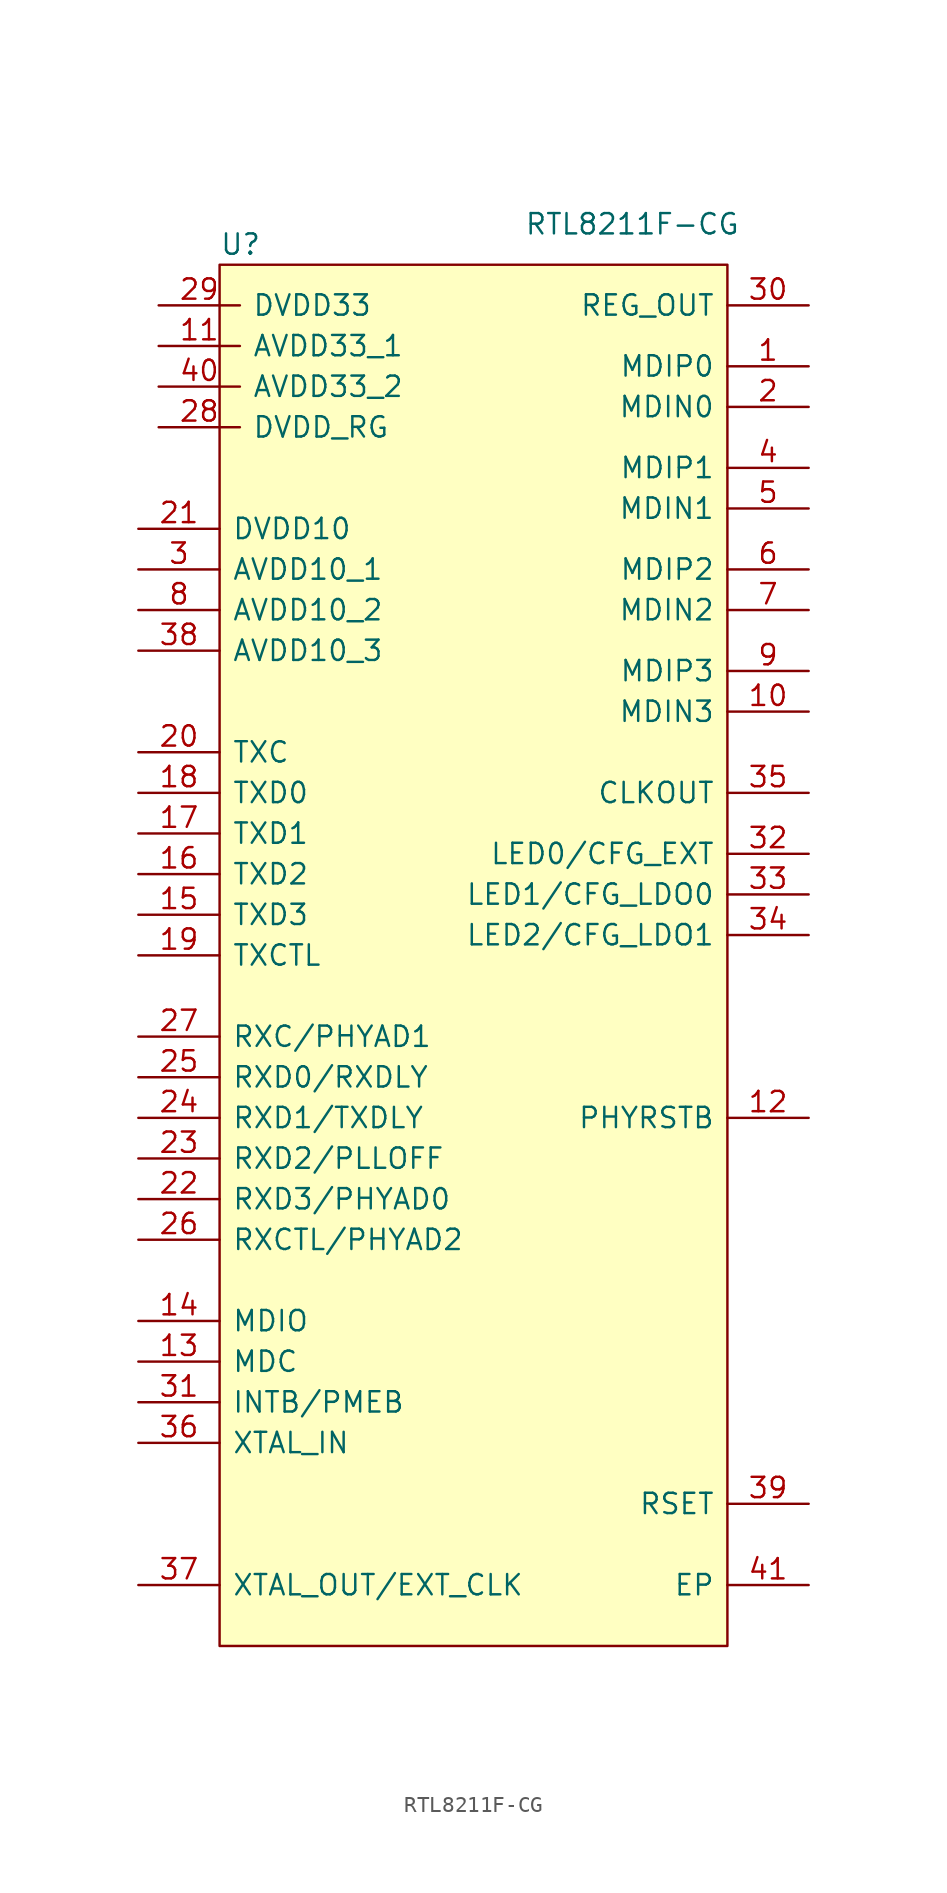
<source format=kicad_sym>
(kicad_symbol_lib
  (version 20211014)
  (generator kicad_symbol_editor)
  (symbol "RTL8211F-CG"
    (pin_names
      (offset 0.762))
    (property "Reference" "U"
      (at -17.78 52.07 0)
      (effects (font (size 1.27 1.27)) (justify left)))
    (property "Value" "RTL8211F-CG"
      (at 1.27 53.34 0)
      (effects (font (size 1.27 1.27)) (justify left)))
    (symbol "RTL8211F-CG_0_0"
      (pin passive line (at 19.05 44.45 180) (length 5.08) (name "MDIP0" (effects (font (size 1.27 1.27)))) (number "1" (effects (font (size 1.27 1.27)))))
      (pin passive line (at 19.05 22.86 180) (length 5.08) (name "MDIN3" (effects (font (size 1.27 1.27)))) (number "10" (effects (font (size 1.27 1.27)))))
      (pin passive line (at -21.59 45.72 0) (length 5.08) (name "AVDD33_1" (effects (font (size 1.27 1.27)))) (number "11" (effects (font (size 1.27 1.27)))))
      (pin passive line (at 19.05 -2.54 180) (length 5.08) (name "PHYRSTB" (effects (font (size 1.27 1.27)))) (number "12" (effects (font (size 1.27 1.27)))))
      (pin passive line (at -22.86 -17.78 0) (length 5.08) (name "MDC" (effects (font (size 1.27 1.27)))) (number "13" (effects (font (size 1.27 1.27)))))
      (pin passive line (at -22.86 -15.24 0) (length 5.08) (name "MDIO" (effects (font (size 1.27 1.27)))) (number "14" (effects (font (size 1.27 1.27)))))
      (pin passive line (at -22.86 10.16 0) (length 5.08) (name "TXD3" (effects (font (size 1.27 1.27)))) (number "15" (effects (font (size 1.27 1.27)))))
      (pin passive line (at -22.86 12.7 0) (length 5.08) (name "TXD2" (effects (font (size 1.27 1.27)))) (number "16" (effects (font (size 1.27 1.27)))))
      (pin passive line (at -22.86 15.24 0) (length 5.08) (name "TXD1" (effects (font (size 1.27 1.27)))) (number "17" (effects (font (size 1.27 1.27)))))
      (pin passive line (at -22.86 17.78 0) (length 5.08) (name "TXD0" (effects (font (size 1.27 1.27)))) (number "18" (effects (font (size 1.27 1.27)))))
      (pin passive line (at -22.86 7.62 0) (length 5.08) (name "TXCTL" (effects (font (size 1.27 1.27)))) (number "19" (effects (font (size 1.27 1.27)))))
      (pin passive line (at 19.05 41.91 180) (length 5.08) (name "MDIN0" (effects (font (size 1.27 1.27)))) (number "2" (effects (font (size 1.27 1.27)))))
      (pin passive line (at -22.86 20.32 0) (length 5.08) (name "TXC" (effects (font (size 1.27 1.27)))) (number "20" (effects (font (size 1.27 1.27)))))
      (pin passive line (at -22.86 34.29 0) (length 5.08) (name "DVDD10" (effects (font (size 1.27 1.27)))) (number "21" (effects (font (size 1.27 1.27)))))
      (pin passive line (at -22.86 -7.62 0) (length 5.08) (name "RXD3/PHYAD0" (effects (font (size 1.27 1.27)))) (number "22" (effects (font (size 1.27 1.27)))))
      (pin passive line (at -22.86 -5.08 0) (length 5.08) (name "RXD2/PLLOFF" (effects (font (size 1.27 1.27)))) (number "23" (effects (font (size 1.27 1.27)))))
      (pin passive line (at -22.86 -2.54 0) (length 5.08) (name "RXD1/TXDLY" (effects (font (size 1.27 1.27)))) (number "24" (effects (font (size 1.27 1.27)))))
      (pin passive line (at -22.86 0 0) (length 5.08) (name "RXD0/RXDLY" (effects (font (size 1.27 1.27)))) (number "25" (effects (font (size 1.27 1.27)))))
      (pin passive line (at -22.86 -10.16 0) (length 5.08) (name "RXCTL/PHYAD2" (effects (font (size 1.27 1.27)))) (number "26" (effects (font (size 1.27 1.27)))))
      (pin passive line (at -22.86 2.54 0) (length 5.08) (name "RXC/PHYAD1" (effects (font (size 1.27 1.27)))) (number "27" (effects (font (size 1.27 1.27)))))
      (pin passive line (at -21.59 40.64 0) (length 5.08) (name "DVDD_RG" (effects (font (size 1.27 1.27)))) (number "28" (effects (font (size 1.27 1.27)))))
      (pin passive line (at -21.59 48.26 0) (length 5.08) (name "DVDD33" (effects (font (size 1.27 1.27)))) (number "29" (effects (font (size 1.27 1.27)))))
      (pin passive line (at -22.86 31.75 0) (length 5.08) (name "AVDD10_1" (effects (font (size 1.27 1.27)))) (number "3" (effects (font (size 1.27 1.27)))))
      (pin passive line (at 19.05 48.26 180) (length 5.08) (name "REG_OUT" (effects (font (size 1.27 1.27)))) (number "30" (effects (font (size 1.27 1.27)))))
      (pin passive line (at -22.86 -20.32 0) (length 5.08) (name "INTB/PMEB" (effects (font (size 1.27 1.27)))) (number "31" (effects (font (size 1.27 1.27)))))
      (pin passive line (at 19.05 13.97 180) (length 5.08) (name "LED0/CFG_EXT" (effects (font (size 1.27 1.27)))) (number "32" (effects (font (size 1.27 1.27)))))
      (pin passive line (at 19.05 11.43 180) (length 5.08) (name "LED1/CFG_LDO0" (effects (font (size 1.27 1.27)))) (number "33" (effects (font (size 1.27 1.27)))))
      (pin passive line (at 19.05 8.89 180) (length 5.08) (name "LED2/CFG_LDO1" (effects (font (size 1.27 1.27)))) (number "34" (effects (font (size 1.27 1.27)))))
      (pin passive line (at 19.05 17.78 180) (length 5.08) (name "CLKOUT" (effects (font (size 1.27 1.27)))) (number "35" (effects (font (size 1.27 1.27)))))
      (pin passive line (at -22.86 -22.86 0) (length 5.08) (name "XTAL_IN" (effects (font (size 1.27 1.27)))) (number "36" (effects (font (size 1.27 1.27)))))
      (pin passive line (at -22.86 -31.75 0) (length 5.08) (name "XTAL_OUT/EXT_CLK" (effects (font (size 1.27 1.27)))) (number "37" (effects (font (size 1.27 1.27)))))
      (pin passive line (at -22.86 26.67 0) (length 5.08) (name "AVDD10_3" (effects (font (size 1.27 1.27)))) (number "38" (effects (font (size 1.27 1.27)))))
      (pin passive line (at 19.05 -26.67 180) (length 5.08) (name "RSET" (effects (font (size 1.27 1.27)))) (number "39" (effects (font (size 1.27 1.27)))))
      (pin passive line (at 19.05 38.1 180) (length 5.08) (name "MDIP1" (effects (font (size 1.27 1.27)))) (number "4" (effects (font (size 1.27 1.27)))))
      (pin passive line (at -21.59 43.18 0) (length 5.08) (name "AVDD33_2" (effects (font (size 1.27 1.27)))) (number "40" (effects (font (size 1.27 1.27)))))
      (pin passive line (at 19.05 -31.75 180) (length 5.08) (name "EP" (effects (font (size 1.27 1.27)))) (number "41" (effects (font (size 1.27 1.27)))))
      (pin passive line (at 19.05 35.56 180) (length 5.08) (name "MDIN1" (effects (font (size 1.27 1.27)))) (number "5" (effects (font (size 1.27 1.27)))))
      (pin passive line (at 19.05 31.75 180) (length 5.08) (name "MDIP2" (effects (font (size 1.27 1.27)))) (number "6" (effects (font (size 1.27 1.27)))))
      (pin passive line (at 19.05 29.21 180) (length 5.08) (name "MDIN2" (effects (font (size 1.27 1.27)))) (number "7" (effects (font (size 1.27 1.27)))))
      (pin passive line (at -22.86 29.21 0) (length 5.08) (name "AVDD10_2" (effects (font (size 1.27 1.27)))) (number "8" (effects (font (size 1.27 1.27)))))
      (pin passive line (at 19.05 25.4 180) (length 5.08) (name "MDIP3" (effects (font (size 1.27 1.27)))) (number "9" (effects (font (size 1.27 1.27))))))
    (symbol "RTL8211F-CG_0_1"
      (rectangle (start -17.78 50.8) (end 13.97 -35.56) (stroke (width 0) (type default) (color 0 0 0 0)) (fill (type background))))))
</source>
